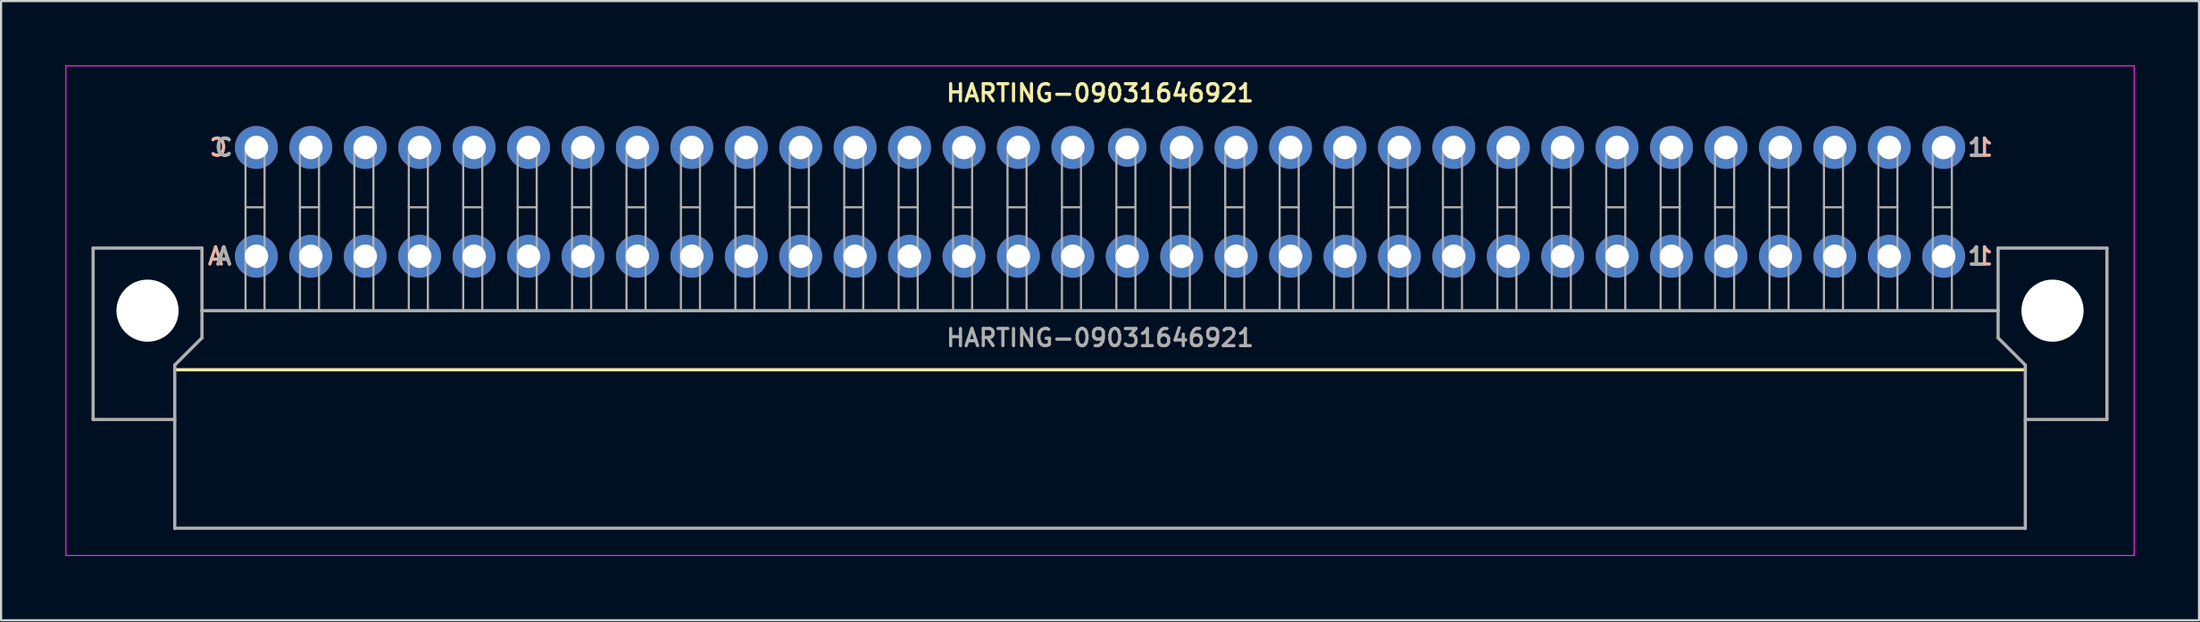
<source format=kicad_pcb>
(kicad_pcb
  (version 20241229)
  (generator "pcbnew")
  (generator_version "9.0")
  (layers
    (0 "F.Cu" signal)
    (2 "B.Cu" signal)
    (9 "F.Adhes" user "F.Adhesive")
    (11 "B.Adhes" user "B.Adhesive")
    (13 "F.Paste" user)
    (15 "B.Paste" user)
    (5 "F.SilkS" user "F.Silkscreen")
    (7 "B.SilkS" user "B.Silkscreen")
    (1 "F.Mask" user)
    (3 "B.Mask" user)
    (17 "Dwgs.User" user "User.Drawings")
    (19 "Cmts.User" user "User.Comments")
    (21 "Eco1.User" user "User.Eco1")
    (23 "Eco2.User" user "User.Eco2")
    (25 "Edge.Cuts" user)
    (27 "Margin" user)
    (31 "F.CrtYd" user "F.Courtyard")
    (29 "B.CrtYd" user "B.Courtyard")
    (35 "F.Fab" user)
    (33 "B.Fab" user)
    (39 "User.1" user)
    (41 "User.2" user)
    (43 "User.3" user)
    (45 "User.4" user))
  (footprint "HARTING-09031646921"
    (layer "F.Cu")
    (at 48.285 6.375)
    (property "Reference" "HARTING-09031646921" (at 0 -5.08 0) (layer "F.SilkS") (effects (font (size 0.8 0.8) (thickness 0.15))))
    (attr through_hole)
    (fp_line (start 43.18 7.84) (end -43.18 7.84) (stroke (width 0.15) (type solid)) (layer "F.SilkS"))
    (fp_line (start -48.26 -6.35) (end 48.26 -6.35) (stroke (width 0.05) (type solid)) (layer "F.CrtYd"))
    (fp_line (start -48.26 16.51) (end -48.26 -6.35) (stroke (width 0.05) (type solid)) (layer "F.CrtYd"))
    (fp_line (start 48.26 -6.35) (end 48.26 16.51) (stroke (width 0.05) (type solid)) (layer "F.CrtYd"))
    (fp_line (start 48.26 16.51) (end -48.26 16.51) (stroke (width 0.05) (type solid)) (layer "F.CrtYd"))
    (fp_line (start -46.99 2.159) (end -41.91 2.159) (stroke (width 0.15) (type solid)) (layer "F.Fab"))
    (fp_line (start -46.99 10.16) (end -46.99 2.159) (stroke (width 0.15) (type solid)) (layer "F.Fab"))
    (fp_line (start -43.18 7.62) (end -43.18 15.24) (stroke (width 0.15) (type solid)) (layer "F.Fab"))
    (fp_line (start -43.18 7.62) (end -41.91 6.35) (stroke (width 0.15) (type solid)) (layer "F.Fab"))
    (fp_line (start -43.18 10.16) (end -46.99 10.16) (stroke (width 0.15) (type solid)) (layer "F.Fab"))
    (fp_line (start -41.91 2.159) (end -41.91 5.08) (stroke (width 0.15) (type solid)) (layer "F.Fab"))
    (fp_line (start -41.91 5.08) (end 41.91 5.08) (stroke (width 0.15) (type solid)) (layer "F.Fab"))
    (fp_line (start -41.91 6.35) (end -41.91 5.08) (stroke (width 0.15) (type solid)) (layer "F.Fab"))
    (fp_line (start -39.878 -2.54) (end -38.989 -2.54) (stroke (width 0.1) (type solid)) (layer "F.Fab"))
    (fp_line (start -39.878 0.254) (end -38.989 0.254) (stroke (width 0.1) (type solid)) (layer "F.Fab"))
    (fp_line (start -39.878 5.08) (end -39.878 -2.54) (stroke (width 0.1) (type solid)) (layer "F.Fab"))
    (fp_line (start -38.989 -2.54) (end -38.989 5.08) (stroke (width 0.1) (type solid)) (layer "F.Fab"))
    (fp_line (start -37.338 -2.54) (end -36.449 -2.54) (stroke (width 0.1) (type solid)) (layer "F.Fab"))
    (fp_line (start -37.338 0.254) (end -36.449 0.254) (stroke (width 0.1) (type solid)) (layer "F.Fab"))
    (fp_line (start -37.338 5.08) (end -37.338 -2.54) (stroke (width 0.1) (type solid)) (layer "F.Fab"))
    (fp_line (start -36.449 -2.54) (end -36.449 5.08) (stroke (width 0.1) (type solid)) (layer "F.Fab"))
    (fp_line (start -34.798 -2.54) (end -33.909 -2.54) (stroke (width 0.1) (type solid)) (layer "F.Fab"))
    (fp_line (start -34.798 0.254) (end -33.909 0.254) (stroke (width 0.1) (type solid)) (layer "F.Fab"))
    (fp_line (start -34.798 5.08) (end -34.798 -2.54) (stroke (width 0.1) (type solid)) (layer "F.Fab"))
    (fp_line (start -33.909 -2.54) (end -33.909 5.08) (stroke (width 0.1) (type solid)) (layer "F.Fab"))
    (fp_line (start -32.258 -2.54) (end -31.369 -2.54) (stroke (width 0.1) (type solid)) (layer "F.Fab"))
    (fp_line (start -32.258 0.254) (end -31.369 0.254) (stroke (width 0.1) (type solid)) (layer "F.Fab"))
    (fp_line (start -32.258 5.08) (end -32.258 -2.54) (stroke (width 0.1) (type solid)) (layer "F.Fab"))
    (fp_line (start -31.369 -2.54) (end -31.369 5.08) (stroke (width 0.1) (type solid)) (layer "F.Fab"))
    (fp_line (start -29.718 -2.54) (end -28.829 -2.54) (stroke (width 0.1) (type solid)) (layer "F.Fab"))
    (fp_line (start -29.718 0.254) (end -28.829 0.254) (stroke (width 0.1) (type solid)) (layer "F.Fab"))
    (fp_line (start -29.718 5.08) (end -29.718 -2.54) (stroke (width 0.1) (type solid)) (layer "F.Fab"))
    (fp_line (start -28.829 -2.54) (end -28.829 5.08) (stroke (width 0.1) (type solid)) (layer "F.Fab"))
    (fp_line (start -27.178 -2.54) (end -26.289 -2.54) (stroke (width 0.1) (type solid)) (layer "F.Fab"))
    (fp_line (start -27.178 0.254) (end -26.289 0.254) (stroke (width 0.1) (type solid)) (layer "F.Fab"))
    (fp_line (start -27.178 5.08) (end -27.178 -2.54) (stroke (width 0.1) (type solid)) (layer "F.Fab"))
    (fp_line (start -26.289 -2.54) (end -26.289 5.08) (stroke (width 0.1) (type solid)) (layer "F.Fab"))
    (fp_line (start -24.638 -2.54) (end -23.749 -2.54) (stroke (width 0.1) (type solid)) (layer "F.Fab"))
    (fp_line (start -24.638 0.254) (end -23.749 0.254) (stroke (width 0.1) (type solid)) (layer "F.Fab"))
    (fp_line (start -24.638 5.08) (end -24.638 -2.54) (stroke (width 0.1) (type solid)) (layer "F.Fab"))
    (fp_line (start -23.749 -2.54) (end -23.749 5.08) (stroke (width 0.1) (type solid)) (layer "F.Fab"))
    (fp_line (start -22.098 -2.54) (end -21.209 -2.54) (stroke (width 0.1) (type solid)) (layer "F.Fab"))
    (fp_line (start -22.098 0.254) (end -21.209 0.254) (stroke (width 0.1) (type solid)) (layer "F.Fab"))
    (fp_line (start -22.098 5.08) (end -22.098 -2.54) (stroke (width 0.1) (type solid)) (layer "F.Fab"))
    (fp_line (start -21.209 -2.54) (end -21.209 5.08) (stroke (width 0.1) (type solid)) (layer "F.Fab"))
    (fp_line (start -19.558 -2.54) (end -18.669 -2.54) (stroke (width 0.1) (type solid)) (layer "F.Fab"))
    (fp_line (start -19.558 0.254) (end -18.669 0.254) (stroke (width 0.1) (type solid)) (layer "F.Fab"))
    (fp_line (start -19.558 5.08) (end -19.558 -2.54) (stroke (width 0.1) (type solid)) (layer "F.Fab"))
    (fp_line (start -18.669 -2.54) (end -18.669 5.08) (stroke (width 0.1) (type solid)) (layer "F.Fab"))
    (fp_line (start -17.018 -2.54) (end -16.129 -2.54) (stroke (width 0.1) (type solid)) (layer "F.Fab"))
    (fp_line (start -17.018 0.254) (end -16.129 0.254) (stroke (width 0.1) (type solid)) (layer "F.Fab"))
    (fp_line (start -17.018 5.08) (end -17.018 -2.54) (stroke (width 0.1) (type solid)) (layer "F.Fab"))
    (fp_line (start -16.129 -2.54) (end -16.129 5.08) (stroke (width 0.1) (type solid)) (layer "F.Fab"))
    (fp_line (start -14.478 -2.54) (end -13.589 -2.54) (stroke (width 0.1) (type solid)) (layer "F.Fab"))
    (fp_line (start -14.478 0.254) (end -13.589 0.254) (stroke (width 0.1) (type solid)) (layer "F.Fab"))
    (fp_line (start -14.478 5.08) (end -14.478 -2.54) (stroke (width 0.1) (type solid)) (layer "F.Fab"))
    (fp_line (start -13.589 -2.54) (end -13.589 5.08) (stroke (width 0.1) (type solid)) (layer "F.Fab"))
    (fp_line (start -11.938 -2.54) (end -11.049 -2.54) (stroke (width 0.1) (type solid)) (layer "F.Fab"))
    (fp_line (start -11.938 0.254) (end -11.049 0.254) (stroke (width 0.1) (type solid)) (layer "F.Fab"))
    (fp_line (start -11.938 5.08) (end -11.938 -2.54) (stroke (width 0.1) (type solid)) (layer "F.Fab"))
    (fp_line (start -11.049 -2.54) (end -11.049 5.08) (stroke (width 0.1) (type solid)) (layer "F.Fab"))
    (fp_line (start -9.398 -2.54) (end -8.509 -2.54) (stroke (width 0.1) (type solid)) (layer "F.Fab"))
    (fp_line (start -9.398 0.254) (end -8.509 0.254) (stroke (width 0.1) (type solid)) (layer "F.Fab"))
    (fp_line (start -9.398 5.08) (end -9.398 -2.54) (stroke (width 0.1) (type solid)) (layer "F.Fab"))
    (fp_line (start -8.509 -2.54) (end -8.509 5.08) (stroke (width 0.1) (type solid)) (layer "F.Fab"))
    (fp_line (start -6.858 -2.54) (end -5.969 -2.54) (stroke (width 0.1) (type solid)) (layer "F.Fab"))
    (fp_line (start -6.858 0.254) (end -5.969 0.254) (stroke (width 0.1) (type solid)) (layer "F.Fab"))
    (fp_line (start -6.858 5.08) (end -6.858 -2.54) (stroke (width 0.1) (type solid)) (layer "F.Fab"))
    (fp_line (start -5.969 -2.54) (end -5.969 5.08) (stroke (width 0.1) (type solid)) (layer "F.Fab"))
    (fp_line (start -4.318 -2.54) (end -3.429 -2.54) (stroke (width 0.1) (type solid)) (layer "F.Fab"))
    (fp_line (start -4.318 0.254) (end -3.429 0.254) (stroke (width 0.1) (type solid)) (layer "F.Fab"))
    (fp_line (start -4.318 5.08) (end -4.318 -2.54) (stroke (width 0.1) (type solid)) (layer "F.Fab"))
    (fp_line (start -3.429 -2.54) (end -3.429 5.08) (stroke (width 0.1) (type solid)) (layer "F.Fab"))
    (fp_line (start -1.778 -2.54) (end -0.889 -2.54) (stroke (width 0.1) (type solid)) (layer "F.Fab"))
    (fp_line (start -1.778 0.254) (end -0.889 0.254) (stroke (width 0.1) (type solid)) (layer "F.Fab"))
    (fp_line (start -1.778 5.08) (end -1.778 -2.54) (stroke (width 0.1) (type solid)) (layer "F.Fab"))
    (fp_line (start -0.889 -2.54) (end -0.889 5.08) (stroke (width 0.1) (type solid)) (layer "F.Fab"))
    (fp_line (start 0.762 -2.54) (end 1.651 -2.54) (stroke (width 0.1) (type solid)) (layer "F.Fab"))
    (fp_line (start 0.762 0.254) (end 1.651 0.254) (stroke (width 0.1) (type solid)) (layer "F.Fab"))
    (fp_line (start 0.762 5.08) (end 0.762 -2.54) (stroke (width 0.1) (type solid)) (layer "F.Fab"))
    (fp_line (start 1.651 -2.54) (end 1.651 5.08) (stroke (width 0.1) (type solid)) (layer "F.Fab"))
    (fp_line (start 3.302 -2.54) (end 4.191 -2.54) (stroke (width 0.1) (type solid)) (layer "F.Fab"))
    (fp_line (start 3.302 0.254) (end 4.191 0.254) (stroke (width 0.1) (type solid)) (layer "F.Fab"))
    (fp_line (start 3.302 5.08) (end 3.302 -2.54) (stroke (width 0.1) (type solid)) (layer "F.Fab"))
    (fp_line (start 4.191 -2.54) (end 4.191 5.08) (stroke (width 0.1) (type solid)) (layer "F.Fab"))
    (fp_line (start 5.842 -2.54) (end 6.731 -2.54) (stroke (width 0.1) (type solid)) (layer "F.Fab"))
    (fp_line (start 5.842 0.254) (end 6.731 0.254) (stroke (width 0.1) (type solid)) (layer "F.Fab"))
    (fp_line (start 5.842 5.08) (end 5.842 -2.54) (stroke (width 0.1) (type solid)) (layer "F.Fab"))
    (fp_line (start 6.731 -2.54) (end 6.731 5.08) (stroke (width 0.1) (type solid)) (layer "F.Fab"))
    (fp_line (start 8.382 -2.54) (end 9.271 -2.54) (stroke (width 0.1) (type solid)) (layer "F.Fab"))
    (fp_line (start 8.382 0.254) (end 9.271 0.254) (stroke (width 0.1) (type solid)) (layer "F.Fab"))
    (fp_line (start 8.382 5.08) (end 8.382 -2.54) (stroke (width 0.1) (type solid)) (layer "F.Fab"))
    (fp_line (start 9.271 -2.54) (end 9.271 5.08) (stroke (width 0.1) (type solid)) (layer "F.Fab"))
    (fp_line (start 10.922 -2.54) (end 11.811 -2.54) (stroke (width 0.1) (type solid)) (layer "F.Fab"))
    (fp_line (start 10.922 0.254) (end 11.811 0.254) (stroke (width 0.1) (type solid)) (layer "F.Fab"))
    (fp_line (start 10.922 5.08) (end 10.922 -2.54) (stroke (width 0.1) (type solid)) (layer "F.Fab"))
    (fp_line (start 11.811 -2.54) (end 11.811 5.08) (stroke (width 0.1) (type solid)) (layer "F.Fab"))
    (fp_line (start 13.462 -2.54) (end 14.351 -2.54) (stroke (width 0.1) (type solid)) (layer "F.Fab"))
    (fp_line (start 13.462 0.254) (end 14.351 0.254) (stroke (width 0.1) (type solid)) (layer "F.Fab"))
    (fp_line (start 13.462 5.08) (end 13.462 -2.54) (stroke (width 0.1) (type solid)) (layer "F.Fab"))
    (fp_line (start 14.351 -2.54) (end 14.351 5.08) (stroke (width 0.1) (type solid)) (layer "F.Fab"))
    (fp_line (start 16.002 -2.54) (end 16.891 -2.54) (stroke (width 0.1) (type solid)) (layer "F.Fab"))
    (fp_line (start 16.002 0.254) (end 16.891 0.254) (stroke (width 0.1) (type solid)) (layer "F.Fab"))
    (fp_line (start 16.002 5.08) (end 16.002 -2.54) (stroke (width 0.1) (type solid)) (layer "F.Fab"))
    (fp_line (start 16.891 -2.54) (end 16.891 5.08) (stroke (width 0.1) (type solid)) (layer "F.Fab"))
    (fp_line (start 18.542 -2.54) (end 19.431 -2.54) (stroke (width 0.1) (type solid)) (layer "F.Fab"))
    (fp_line (start 18.542 0.254) (end 19.431 0.254) (stroke (width 0.1) (type solid)) (layer "F.Fab"))
    (fp_line (start 18.542 5.08) (end 18.542 -2.54) (stroke (width 0.1) (type solid)) (layer "F.Fab"))
    (fp_line (start 19.431 -2.54) (end 19.431 5.08) (stroke (width 0.1) (type solid)) (layer "F.Fab"))
    (fp_line (start 21.082 -2.54) (end 21.971 -2.54) (stroke (width 0.1) (type solid)) (layer "F.Fab"))
    (fp_line (start 21.082 0.254) (end 21.971 0.254) (stroke (width 0.1) (type solid)) (layer "F.Fab"))
    (fp_line (start 21.082 5.08) (end 21.082 -2.54) (stroke (width 0.1) (type solid)) (layer "F.Fab"))
    (fp_line (start 21.971 -2.54) (end 21.971 5.08) (stroke (width 0.1) (type solid)) (layer "F.Fab"))
    (fp_line (start 23.622 -2.54) (end 24.511 -2.54) (stroke (width 0.1) (type solid)) (layer "F.Fab"))
    (fp_line (start 23.622 0.254) (end 24.511 0.254) (stroke (width 0.1) (type solid)) (layer "F.Fab"))
    (fp_line (start 23.622 5.08) (end 23.622 -2.54) (stroke (width 0.1) (type solid)) (layer "F.Fab"))
    (fp_line (start 24.511 -2.54) (end 24.511 5.08) (stroke (width 0.1) (type solid)) (layer "F.Fab"))
    (fp_line (start 26.162 -2.54) (end 27.051 -2.54) (stroke (width 0.1) (type solid)) (layer "F.Fab"))
    (fp_line (start 26.162 0.254) (end 27.051 0.254) (stroke (width 0.1) (type solid)) (layer "F.Fab"))
    (fp_line (start 26.162 5.08) (end 26.162 -2.54) (stroke (width 0.1) (type solid)) (layer "F.Fab"))
    (fp_line (start 27.051 -2.54) (end 27.051 5.08) (stroke (width 0.1) (type solid)) (layer "F.Fab"))
    (fp_line (start 28.702 -2.54) (end 29.591 -2.54) (stroke (width 0.1) (type solid)) (layer "F.Fab"))
    (fp_line (start 28.702 0.254) (end 29.591 0.254) (stroke (width 0.1) (type solid)) (layer "F.Fab"))
    (fp_line (start 28.702 5.08) (end 28.702 -2.54) (stroke (width 0.1) (type solid)) (layer "F.Fab"))
    (fp_line (start 29.591 -2.54) (end 29.591 5.08) (stroke (width 0.1) (type solid)) (layer "F.Fab"))
    (fp_line (start 31.242 -2.54) (end 32.131 -2.54) (stroke (width 0.1) (type solid)) (layer "F.Fab"))
    (fp_line (start 31.242 0.254) (end 32.131 0.254) (stroke (width 0.1) (type solid)) (layer "F.Fab"))
    (fp_line (start 31.242 5.08) (end 31.242 -2.54) (stroke (width 0.1) (type solid)) (layer "F.Fab"))
    (fp_line (start 32.131 -2.54) (end 32.131 5.08) (stroke (width 0.1) (type solid)) (layer "F.Fab"))
    (fp_line (start 33.782 -2.54) (end 34.671 -2.54) (stroke (width 0.1) (type solid)) (layer "F.Fab"))
    (fp_line (start 33.782 0.254) (end 34.671 0.254) (stroke (width 0.1) (type solid)) (layer "F.Fab"))
    (fp_line (start 33.782 5.08) (end 33.782 -2.54) (stroke (width 0.1) (type solid)) (layer "F.Fab"))
    (fp_line (start 34.671 -2.54) (end 34.671 5.08) (stroke (width 0.1) (type solid)) (layer "F.Fab"))
    (fp_line (start 36.322 -2.54) (end 37.211 -2.54) (stroke (width 0.1) (type solid)) (layer "F.Fab"))
    (fp_line (start 36.322 0.254) (end 37.211 0.254) (stroke (width 0.1) (type solid)) (layer "F.Fab"))
    (fp_line (start 36.322 5.08) (end 36.322 -2.54) (stroke (width 0.1) (type solid)) (layer "F.Fab"))
    (fp_line (start 37.211 -2.54) (end 37.211 5.08) (stroke (width 0.1) (type solid)) (layer "F.Fab"))
    (fp_line (start 38.862 -2.54) (end 39.751 -2.54) (stroke (width 0.1) (type solid)) (layer "F.Fab"))
    (fp_line (start 38.862 0.254) (end 39.751 0.254) (stroke (width 0.1) (type solid)) (layer "F.Fab"))
    (fp_line (start 38.862 5.08) (end 38.862 -2.54) (stroke (width 0.1) (type solid)) (layer "F.Fab"))
    (fp_line (start 39.751 -2.54) (end 39.751 5.08) (stroke (width 0.1) (type solid)) (layer "F.Fab"))
    (fp_line (start 41.91 2.159) (end 46.99 2.159) (stroke (width 0.15) (type solid)) (layer "F.Fab"))
    (fp_line (start 41.91 5.08) (end 41.91 2.159) (stroke (width 0.15) (type solid)) (layer "F.Fab"))
    (fp_line (start 41.91 5.08) (end 41.91 6.35) (stroke (width 0.15) (type solid)) (layer "F.Fab"))
    (fp_line (start 41.91 6.35) (end 43.18 7.62) (stroke (width 0.15) (type solid)) (layer "F.Fab"))
    (fp_line (start 43.18 7.62) (end 43.18 15.24) (stroke (width 0.15) (type solid)) (layer "F.Fab"))
    (fp_line (start 43.18 15.24) (end -43.18 15.24) (stroke (width 0.15) (type solid)) (layer "F.Fab"))
    (fp_line (start 46.99 2.159) (end 46.99 10.16) (stroke (width 0.15) (type solid)) (layer "F.Fab"))
    (fp_line (start 46.99 10.16) (end 43.18 10.16) (stroke (width 0.15) (type solid)) (layer "F.Fab"))
    (fp_circle (center -44.45 5.08) (end -43.18 5.08) (stroke (width 0.1) (type solid)) (fill no) (layer "F.Fab"))
    (fp_circle (center 44.45 5.08) (end 45.72 5.08) (stroke (width 0.1) (type solid)) (fill no) (layer "F.Fab"))
    (fp_text user "1" (at 40.894 2.54 0) (layer "F.SilkS") (effects (font (size 0.8 0.8) (thickness 0.15))))
    (fp_text user "A" (at -40.894 2.54 0) (layer "F.SilkS") (effects (font (size 0.8 0.8) (thickness 0.15))))
    (fp_text user "C" (at -40.894 -2.54 0) (layer "F.SilkS") (effects (font (size 0.8 0.8) (thickness 0.15))))
    (fp_text user "1" (at 40.894 -2.54 0) (layer "F.SilkS") (effects (font (size 0.8 0.8) (thickness 0.15))))
    (fp_text user "C" (at -41.148 -2.54 0) (layer "B.SilkS") (effects (font (size 0.8 0.8) (thickness 0.15)) (justify mirror)))
    (fp_text user "1" (at 41.275 -2.54 0) (layer "B.SilkS") (effects (font (size 0.8 0.8) (thickness 0.15)) (justify mirror)))
    (fp_text user "A" (at -41.275 2.54 0) (layer "B.SilkS") (effects (font (size 0.8 0.8) (thickness 0.15)) (justify mirror)))
    (fp_text user "1" (at 41.275 2.54 0) (layer "B.SilkS") (effects (font (size 0.8 0.8) (thickness 0.15)) (justify mirror)))
    (fp_text user "A" (at -40.894 2.54 0) (layer "F.Fab") (effects (font (size 0.8 0.8) (thickness 0.15))))
    (fp_text user "1" (at 40.894 2.54 0) (layer "F.Fab") (effects (font (size 0.8 0.8) (thickness 0.15))))
    (fp_text user "${REFERENCE}" (at 0 6.35 0) (layer "F.Fab") (effects (font (size 0.8 0.8) (thickness 0.15))))
    (fp_text user "C" (at -40.894 -2.54 0) (layer "F.Fab") (effects (font (size 0.8 0.8) (thickness 0.15))))
    (fp_text user "1" (at 40.894 -2.54 0) (layer "F.Fab") (effects (font (size 0.8 0.8) (thickness 0.15))))
    (pad "" np_thru_hole circle (at -44.45 5.08) (size 2.9 2.9) (drill 2.9) (layers "*.Cu" "*.Mask"))
    (pad "" np_thru_hole circle (at 44.45 5.08) (size 2.9 2.9) (drill 2.9) (layers "*.Cu" "*.Mask"))
    (pad "A1" thru_hole circle (at 39.37 2.54) (size 2 2) (drill 1.1) (layers "*.Cu" "*.Mask"))
    (pad "A2" thru_hole circle (at 36.83 2.54) (size 2 2) (drill 1.1) (layers "*.Cu" "*.Mask"))
    (pad "A3" thru_hole circle (at 34.29 2.54) (size 2 2) (drill 1.1) (layers "*.Cu" "*.Mask"))
    (pad "A4" thru_hole circle (at 31.75 2.54) (size 2 2) (drill 1.1) (layers "*.Cu" "*.Mask"))
    (pad "A5" thru_hole circle (at 29.21 2.54) (size 2 2) (drill 1.1) (layers "*.Cu" "*.Mask"))
    (pad "A6" thru_hole circle (at 26.67 2.54) (size 2 2) (drill 1.1) (layers "*.Cu" "*.Mask"))
    (pad "A7" thru_hole circle (at 24.13 2.54) (size 2 2) (drill 1.1) (layers "*.Cu" "*.Mask"))
    (pad "A8" thru_hole circle (at 21.59 2.54) (size 2 2) (drill 1.1) (layers "*.Cu" "*.Mask"))
    (pad "A9" thru_hole circle (at 19.05 2.54) (size 2 2) (drill 1.1) (layers "*.Cu" "*.Mask"))
    (pad "A10" thru_hole circle (at 16.51 2.54) (size 2 2) (drill 1.1) (layers "*.Cu" "*.Mask"))
    (pad "A11" thru_hole circle (at 13.97 2.54) (size 2 2) (drill 1.1) (layers "*.Cu" "*.Mask"))
    (pad "A12" thru_hole circle (at 11.43 2.54) (size 2 2) (drill 1.1) (layers "*.Cu" "*.Mask"))
    (pad "A13" thru_hole circle (at 8.89 2.54) (size 2 2) (drill 1.1) (layers "*.Cu" "*.Mask"))
    (pad "A14" thru_hole circle (at 6.35 2.54) (size 2 2) (drill 1.1) (layers "*.Cu" "*.Mask"))
    (pad "A15" thru_hole circle (at 3.81 2.54) (size 2 2) (drill 1.1) (layers "*.Cu" "*.Mask"))
    (pad "A16" thru_hole circle (at 1.27 2.54) (size 2 2) (drill 1.1) (layers "*.Cu" "*.Mask"))
    (pad "A17" thru_hole circle (at -1.27 2.54) (size 2 2) (drill 1.1) (layers "*.Cu" "*.Mask"))
    (pad "A18" thru_hole circle (at -3.81 2.54) (size 2 2) (drill 1.1) (layers "*.Cu" "*.Mask"))
    (pad "A19" thru_hole circle (at -6.35 2.54) (size 2 2) (drill 1.1) (layers "*.Cu" "*.Mask"))
    (pad "A20" thru_hole circle (at -8.89 2.54) (size 2 2) (drill 1.1) (layers "*.Cu" "*.Mask"))
    (pad "A21" thru_hole circle (at -11.43 2.54) (size 2 2) (drill 1.1) (layers "*.Cu" "*.Mask"))
    (pad "A22" thru_hole circle (at -13.97 2.54) (size 2 2) (drill 1.1) (layers "*.Cu" "*.Mask"))
    (pad "A23" thru_hole circle (at -16.51 2.54) (size 2 2) (drill 1.1) (layers "*.Cu" "*.Mask"))
    (pad "A24" thru_hole circle (at -19.05 2.54) (size 2 2) (drill 1.1) (layers "*.Cu" "*.Mask"))
    (pad "A25" thru_hole circle (at -21.59 2.54) (size 2 2) (drill 1.1) (layers "*.Cu" "*.Mask"))
    (pad "A26" thru_hole circle (at -24.13 2.54) (size 2 2) (drill 1.1) (layers "*.Cu" "*.Mask"))
    (pad "A27" thru_hole circle (at -26.67 2.54) (size 2 2) (drill 1.1) (layers "*.Cu" "*.Mask"))
    (pad "A28" thru_hole circle (at -29.21 2.54) (size 2 2) (drill 1.1) (layers "*.Cu" "*.Mask"))
    (pad "A29" thru_hole circle (at -31.75 2.54) (size 2 2) (drill 1.1) (layers "*.Cu" "*.Mask"))
    (pad "A30" thru_hole circle (at -34.29 2.54) (size 2 2) (drill 1.1) (layers "*.Cu" "*.Mask"))
    (pad "A31" thru_hole circle (at -36.83 2.54) (size 2 2) (drill 1.1) (layers "*.Cu" "*.Mask"))
    (pad "A32" thru_hole circle (at -39.37 2.54) (size 2 2) (drill 1.1) (layers "*.Cu" "*.Mask"))
    (pad "C1" thru_hole circle (at 39.37 -2.54) (size 2 2) (drill 1.1) (layers "*.Cu" "*.Mask"))
    (pad "C2" thru_hole circle (at 36.83 -2.54) (size 2 2) (drill 1.1) (layers "*.Cu" "*.Mask"))
    (pad "C3" thru_hole circle (at 34.29 -2.54) (size 2 2) (drill 1.1) (layers "*.Cu" "*.Mask"))
    (pad "C4" thru_hole circle (at 31.75 -2.54) (size 2 2) (drill 1.1) (layers "*.Cu" "*.Mask"))
    (pad "C5" thru_hole circle (at 29.21 -2.54) (size 2 2) (drill 1.1) (layers "*.Cu" "*.Mask"))
    (pad "C6" thru_hole circle (at 26.67 -2.54) (size 2 2) (drill 1.1) (layers "*.Cu" "*.Mask"))
    (pad "C7" thru_hole circle (at 24.13 -2.54) (size 2 2) (drill 1.1) (layers "*.Cu" "*.Mask"))
    (pad "C8" thru_hole circle (at 21.59 -2.54) (size 2 2) (drill 1.1) (layers "*.Cu" "*.Mask"))
    (pad "C9" thru_hole circle (at 19.05 -2.54) (size 2 2) (drill 1.1) (layers "*.Cu" "*.Mask"))
    (pad "C10" thru_hole circle (at 16.51 -2.54) (size 2 2) (drill 1.1) (layers "*.Cu" "*.Mask"))
    (pad "C11" thru_hole circle (at 13.97 -2.54) (size 2 2) (drill 1.1) (layers "*.Cu" "*.Mask"))
    (pad "C12" thru_hole circle (at 11.43 -2.54) (size 2 2) (drill 1.1) (layers "*.Cu" "*.Mask"))
    (pad "C13" thru_hole circle (at 8.89 -2.54) (size 2 2) (drill 1.1) (layers "*.Cu" "*.Mask"))
    (pad "C14" thru_hole circle (at 6.35 -2.54) (size 2 2) (drill 1.1) (layers "*.Cu" "*.Mask"))
    (pad "C15" thru_hole circle (at 3.81 -2.54) (size 2 2) (drill 1.1) (layers "*.Cu" "*.Mask"))
    (pad "C16" thru_hole circle (at 1.27 -2.54) (size 1.8 1.8) (drill 1.1) (layers "*.Cu" "*.Mask"))
    (pad "C17" thru_hole circle (at -1.27 -2.54) (size 2 2) (drill 1.1) (layers "*.Cu" "*.Mask"))
    (pad "C18" thru_hole circle (at -3.81 -2.54) (size 2 2) (drill 1.1) (layers "*.Cu" "*.Mask"))
    (pad "C19" thru_hole circle (at -6.35 -2.54) (size 2 2) (drill 1.1) (layers "*.Cu" "*.Mask"))
    (pad "C20" thru_hole circle (at -8.89 -2.54) (size 2 2) (drill 1.1) (layers "*.Cu" "*.Mask"))
    (pad "C21" thru_hole circle (at -11.43 -2.54) (size 2 2) (drill 1.1) (layers "*.Cu" "*.Mask"))
    (pad "C22" thru_hole circle (at -13.97 -2.54) (size 2 2) (drill 1.1) (layers "*.Cu" "*.Mask"))
    (pad "C23" thru_hole circle (at -16.51 -2.54) (size 2 2) (drill 1.1) (layers "*.Cu" "*.Mask"))
    (pad "C24" thru_hole circle (at -19.05 -2.54) (size 2 2) (drill 1.1) (layers "*.Cu" "*.Mask"))
    (pad "C25" thru_hole circle (at -21.59 -2.54) (size 2 2) (drill 1.1) (layers "*.Cu" "*.Mask"))
    (pad "C26" thru_hole circle (at -24.13 -2.54) (size 2 2) (drill 1.1) (layers "*.Cu" "*.Mask"))
    (pad "C27" thru_hole circle (at -26.67 -2.54) (size 2 2) (drill 1.1) (layers "*.Cu" "*.Mask"))
    (pad "C28" thru_hole circle (at -29.21 -2.54) (size 2 2) (drill 1.1) (layers "*.Cu" "*.Mask"))
    (pad "C29" thru_hole circle (at -31.75 -2.54) (size 2 2) (drill 1.1) (layers "*.Cu" "*.Mask"))
    (pad "C30" thru_hole circle (at -34.29 -2.54) (size 2 2) (drill 1.1) (layers "*.Cu" "*.Mask"))
    (pad "C31" thru_hole circle (at -36.83 -2.54) (size 2 2) (drill 1.1) (layers "*.Cu" "*.Mask"))
    (pad "C32" thru_hole circle (at -39.37 -2.54) (size 2 2) (drill 1.1) (layers "*.Cu" "*.Mask")))
  (gr_rect
    (start -3 -3)
    (end 99.57 25.91)
    (stroke (width 0.1) (type default))
    (fill no)
    (layer "Edge.Cuts")))
</source>
